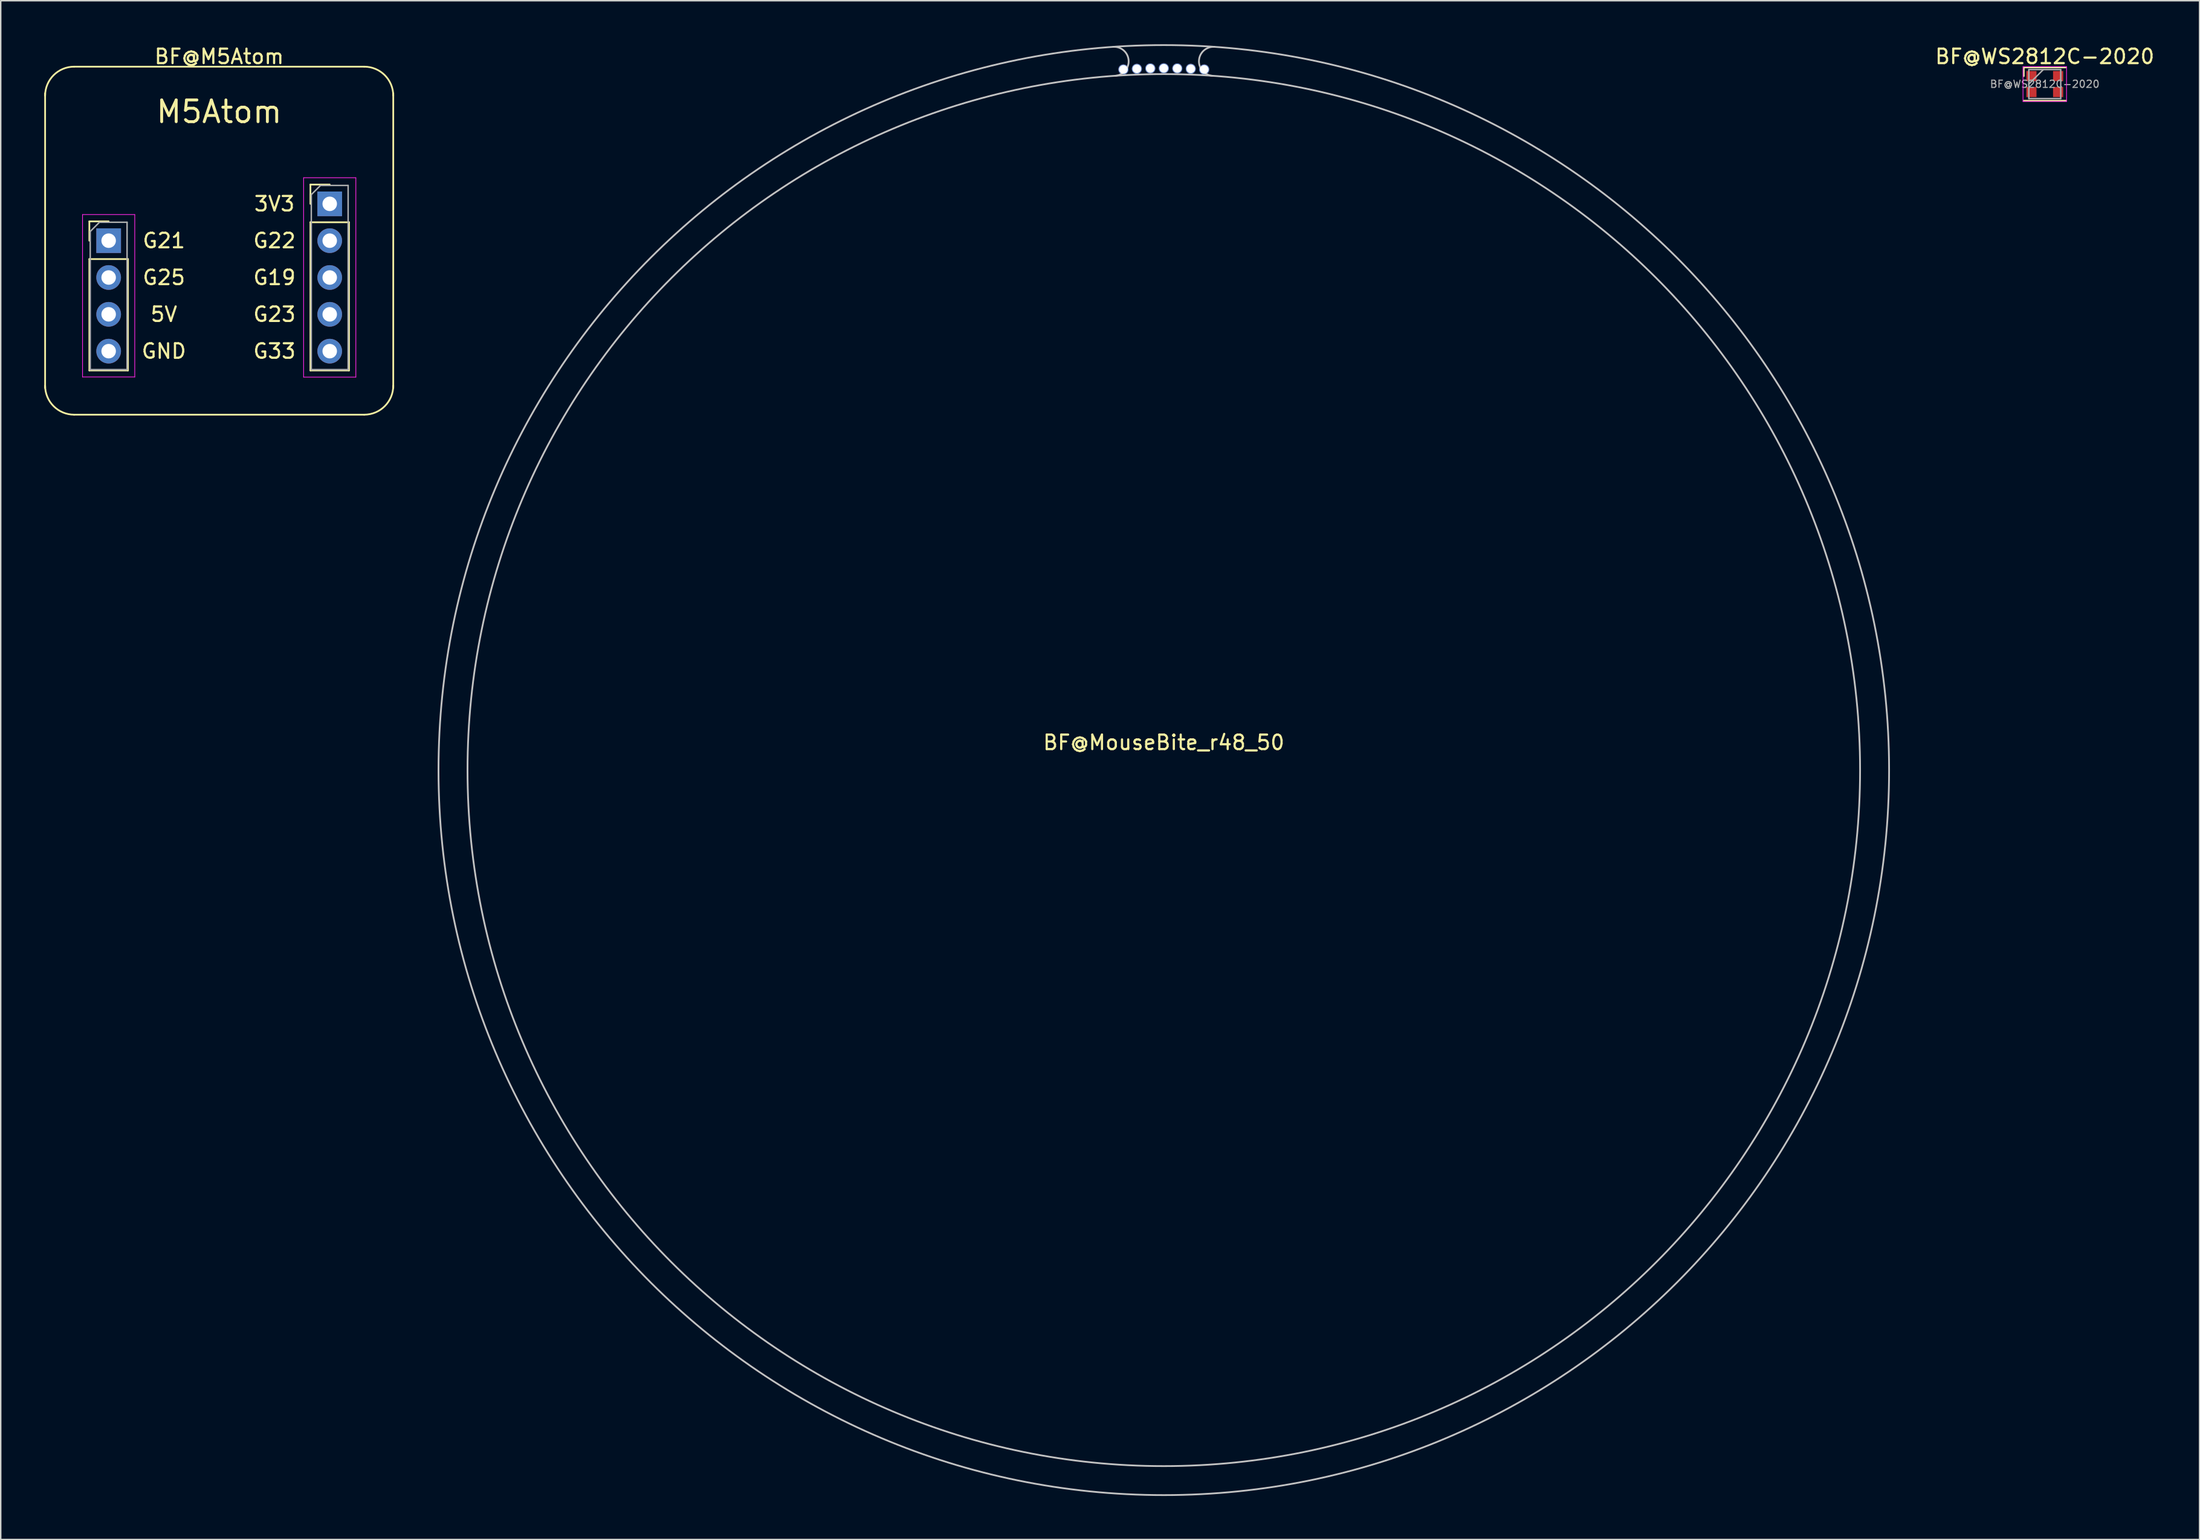
<source format=kicad_pcb>
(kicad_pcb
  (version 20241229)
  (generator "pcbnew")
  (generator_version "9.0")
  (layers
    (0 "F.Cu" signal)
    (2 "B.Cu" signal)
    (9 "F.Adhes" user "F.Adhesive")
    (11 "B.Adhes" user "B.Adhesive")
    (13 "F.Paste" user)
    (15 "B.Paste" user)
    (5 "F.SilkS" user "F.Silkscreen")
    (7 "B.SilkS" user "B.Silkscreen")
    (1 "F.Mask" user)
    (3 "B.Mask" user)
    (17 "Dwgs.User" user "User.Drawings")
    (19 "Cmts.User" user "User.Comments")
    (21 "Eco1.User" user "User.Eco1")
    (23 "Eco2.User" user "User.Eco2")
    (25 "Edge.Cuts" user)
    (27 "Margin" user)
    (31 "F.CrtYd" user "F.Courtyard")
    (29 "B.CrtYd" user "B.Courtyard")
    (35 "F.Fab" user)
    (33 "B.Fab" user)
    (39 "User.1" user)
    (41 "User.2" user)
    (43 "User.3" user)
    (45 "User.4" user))
  (footprint "BF@WS2812C-2020"
    (layer "F.Cu")
    (at 137.913 2.748)
    (property "Reference" "BF@WS2812C-2020" (at 0 -1.9 0) (layer "F.SilkS") (effects (font (size 1 1) (thickness 0.15))))
    (attr smd)
    (fp_line (start -1.45 -1.15) (end 1.45 -1.15) (stroke (width 0.12) (type solid)) (layer "F.SilkS"))
    (fp_line (start -1.45 -0.55) (end -1.45 -1.15) (stroke (width 0.12) (type solid)) (layer "F.SilkS"))
    (fp_line (start -1.45 1.15) (end 1.45 1.15) (stroke (width 0.12) (type solid)) (layer "F.SilkS"))
    (fp_line (start -1.5 -1.2) (end -1.5 1.2) (stroke (width 0.05) (type solid)) (layer "F.CrtYd"))
    (fp_line (start -1.5 1.2) (end 1.5 1.2) (stroke (width 0.05) (type solid)) (layer "F.CrtYd"))
    (fp_line (start 1.5 -1.2) (end -1.5 -1.2) (stroke (width 0.05) (type solid)) (layer "F.CrtYd"))
    (fp_line (start 1.5 1.2) (end 1.5 -1.2) (stroke (width 0.05) (type solid)) (layer "F.CrtYd"))
    (fp_line (start -1.1 -1) (end -1.1 1) (stroke (width 0.1) (type solid)) (layer "F.Fab"))
    (fp_line (start -1.1 1) (end 1.1 1) (stroke (width 0.1) (type solid)) (layer "F.Fab"))
    (fp_line (start -0.1 -1) (end -1.1 0) (stroke (width 0.1) (type solid)) (layer "F.Fab"))
    (fp_line (start 1.1 -1) (end -1.1 -1) (stroke (width 0.1) (type solid)) (layer "F.Fab"))
    (fp_line (start 1.1 1) (end 1.1 -1) (stroke (width 0.1) (type solid)) (layer "F.Fab"))
    (fp_text user "${REFERENCE}" (at 0 0 0) (layer "F.Fab") (effects (font (size 0.5 0.5) (thickness 0.075))))
    (pad "1" smd rect (at -0.92 -0.55 180) (size 0.7 0.7) (layers "F.Cu" "F.Mask" "F.Paste"))
    (pad "2" smd rect (at -0.92 0.55 180) (size 0.7 0.7) (layers "F.Cu" "F.Mask" "F.Paste"))
    (pad "3" smd rect (at 0.92 0.55 180) (size 0.7 0.7) (layers "F.Cu" "F.Mask" "F.Paste"))
    (pad "4" smd rect (at 0.92 -0.55 180) (size 0.7 0.7) (layers "F.Cu" "F.Mask" "F.Paste")))
  (footprint "BF@MouseBite_r48_50"
    (layer "F.Cu")
    (at 77.18 50.06)
    (property "Reference" "BF@MouseBite_r48_50" (at 0 -1.905 0) (layer "F.SilkS") (effects (font (size 1 1) (thickness 0.15))))
    (attr through_hole)
    (fp_arc (start -3.487823 -49.878202) (mid -2.420503 -48.950394) (end -3.348311 -47.883074) (stroke (width 0.12) (type solid)) (layer "Dwgs.User"))
    (fp_arc (start 3.34831 -47.883073) (mid 2.420502 -48.950395) (end 3.487824 -49.878203) (stroke (width 0.12) (type solid)) (layer "Dwgs.User"))
    (fp_circle (center 0 0) (end 48 0) (stroke (width 0.12) (type solid)) (fill no) (layer "Dwgs.User"))
    (fp_circle (center 0 0) (end 50 0) (stroke (width 0.12) (type solid)) (fill no) (layer "Dwgs.User"))
    (pad "" np_thru_hole circle (at -2.786 -48.32 3.3) (size 0.7 0.7) (drill 0.6) (layers "*.Cu" "*.Mask"))
    (pad "" np_thru_hole circle (at -1.858 -48.364 2.2) (size 0.7 0.7) (drill 0.6) (layers "*.Cu" "*.Mask"))
    (pad "" np_thru_hole circle (at -0.929 -48.391 1.1) (size 0.7 0.7) (drill 0.6) (layers "*.Cu" "*.Mask"))
    (pad "" np_thru_hole circle (at 0 -48.4) (size 0.7 0.7) (drill 0.6) (layers "*.Cu" "*.Mask"))
    (pad "" np_thru_hole circle (at 0.929 -48.391 358.9) (size 0.7 0.7) (drill 0.6) (layers "*.Cu" "*.Mask"))
    (pad "" np_thru_hole circle (at 1.858 -48.364 357.8) (size 0.7 0.7) (drill 0.6) (layers "*.Cu" "*.Mask"))
    (pad "" np_thru_hole circle (at 2.786 -48.32 356.7) (size 0.7 0.7) (drill 0.6) (layers "*.Cu" "*.Mask")))
  (footprint "BF@M5Atom"
    (layer "F.Cu")
    (at 12.06 13.548)
    (property "Reference" "BF@M5Atom" (at 0 -12.7 0) (layer "F.SilkS") (effects (font (size 1 1) (thickness 0.15))))
    (attr through_hole)
    (fp_line (start -12 10.16) (end -12 -10.16) (stroke (width 0.12) (type solid)) (layer "F.SilkS"))
    (fp_line (start -10 -12) (end 10 -12) (stroke (width 0.12) (type solid)) (layer "F.SilkS"))
    (fp_line (start -8.95 -1.33) (end -7.62 -1.33) (stroke (width 0.12) (type solid)) (layer "F.SilkS"))
    (fp_line (start -8.95 0) (end -8.95 -1.33) (stroke (width 0.12) (type solid)) (layer "F.SilkS"))
    (fp_line (start -8.95 1.27) (end -8.95 8.95) (stroke (width 0.12) (type solid)) (layer "F.SilkS"))
    (fp_line (start -8.95 1.27) (end -6.29 1.27) (stroke (width 0.12) (type solid)) (layer "F.SilkS"))
    (fp_line (start -8.95 8.95) (end -6.29 8.95) (stroke (width 0.12) (type solid)) (layer "F.SilkS"))
    (fp_line (start -6.29 1.27) (end -6.29 8.95) (stroke (width 0.12) (type solid)) (layer "F.SilkS"))
    (fp_line (start 6.29 -3.87) (end 7.62 -3.87) (stroke (width 0.12) (type solid)) (layer "F.SilkS"))
    (fp_line (start 6.29 -2.54) (end 6.29 -3.87) (stroke (width 0.12) (type solid)) (layer "F.SilkS"))
    (fp_line (start 6.29 -1.27) (end 6.29 8.95) (stroke (width 0.12) (type solid)) (layer "F.SilkS"))
    (fp_line (start 6.29 -1.27) (end 8.95 -1.27) (stroke (width 0.12) (type solid)) (layer "F.SilkS"))
    (fp_line (start 6.29 8.95) (end 8.95 8.95) (stroke (width 0.12) (type solid)) (layer "F.SilkS"))
    (fp_line (start 8.95 -1.27) (end 8.95 8.95) (stroke (width 0.12) (type solid)) (layer "F.SilkS"))
    (fp_line (start 10 12) (end -10 12) (stroke (width 0.12) (type solid)) (layer "F.SilkS"))
    (fp_line (start 12 -10.16) (end 12 10.16) (stroke (width 0.12) (type solid)) (layer "F.SilkS"))
    (fp_arc (start -12 -10) (mid -11.414214 -11.414214) (end -10 -12) (stroke (width 0.12) (type solid)) (layer "F.SilkS"))
    (fp_arc (start -10 12) (mid -11.414214 11.414214) (end -12 10) (stroke (width 0.12) (type solid)) (layer "F.SilkS"))
    (fp_arc (start 10 -12) (mid 11.414214 -11.414214) (end 12 -10) (stroke (width 0.12) (type solid)) (layer "F.SilkS"))
    (fp_arc (start 12 10) (mid 11.414214 11.414214) (end 10 12) (stroke (width 0.12) (type solid)) (layer "F.SilkS"))
    (fp_line (start -9.42 -1.8) (end -9.42 9.4) (stroke (width 0.05) (type solid)) (layer "F.CrtYd"))
    (fp_line (start -9.42 9.4) (end -5.82 9.4) (stroke (width 0.05) (type solid)) (layer "F.CrtYd"))
    (fp_line (start -5.82 -1.8) (end -9.42 -1.8) (stroke (width 0.05) (type solid)) (layer "F.CrtYd"))
    (fp_line (start -5.82 9.4) (end -5.82 -1.8) (stroke (width 0.05) (type solid)) (layer "F.CrtYd"))
    (fp_line (start 5.82 -4.34) (end 5.82 9.41) (stroke (width 0.05) (type solid)) (layer "F.CrtYd"))
    (fp_line (start 5.82 9.41) (end 9.42 9.41) (stroke (width 0.05) (type solid)) (layer "F.CrtYd"))
    (fp_line (start 9.42 -4.34) (end 5.82 -4.34) (stroke (width 0.05) (type solid)) (layer "F.CrtYd"))
    (fp_line (start 9.42 9.41) (end 9.42 -4.34) (stroke (width 0.05) (type solid)) (layer "F.CrtYd"))
    (fp_line (start -8.89 -0.635) (end -8.255 -1.27) (stroke (width 0.1) (type solid)) (layer "F.Fab"))
    (fp_line (start -8.89 8.89) (end -8.89 -0.635) (stroke (width 0.1) (type solid)) (layer "F.Fab"))
    (fp_line (start -8.255 -1.27) (end -6.35 -1.27) (stroke (width 0.1) (type solid)) (layer "F.Fab"))
    (fp_line (start -6.35 -1.27) (end -6.35 8.89) (stroke (width 0.1) (type solid)) (layer "F.Fab"))
    (fp_line (start -6.35 8.89) (end -8.89 8.89) (stroke (width 0.1) (type solid)) (layer "F.Fab"))
    (fp_line (start 6.35 -3.175) (end 6.985 -3.81) (stroke (width 0.1) (type solid)) (layer "F.Fab"))
    (fp_line (start 6.35 8.89) (end 6.35 -3.175) (stroke (width 0.1) (type solid)) (layer "F.Fab"))
    (fp_line (start 6.985 -3.81) (end 8.89 -3.81) (stroke (width 0.1) (type solid)) (layer "F.Fab"))
    (fp_line (start 8.89 -3.81) (end 8.89 8.89) (stroke (width 0.1) (type solid)) (layer "F.Fab"))
    (fp_line (start 8.89 8.89) (end 6.35 8.89) (stroke (width 0.1) (type solid)) (layer "F.Fab"))
    (fp_text user "G22" (at 3.81 0 0) (layer "F.SilkS") (effects (font (size 1 1) (thickness 0.15))))
    (fp_text user "G25" (at -3.81 2.54 0) (layer "F.SilkS") (effects (font (size 1 1) (thickness 0.15))))
    (fp_text user "G21" (at -3.81 0 0) (layer "F.SilkS") (effects (font (size 1 1) (thickness 0.15))))
    (fp_text user "GND" (at -3.81 7.62 0) (layer "F.SilkS") (effects (font (size 1 1) (thickness 0.15))))
    (fp_text user "5V" (at -3.81 5.08 0) (layer "F.SilkS") (effects (font (size 1 1) (thickness 0.15))))
    (fp_text user "G19" (at 3.81 2.54 0) (layer "F.SilkS") (effects (font (size 1 1) (thickness 0.15))))
    (fp_text user "G33" (at 3.81 7.62 0) (layer "F.SilkS") (effects (font (size 1 1) (thickness 0.15))))
    (fp_text user "M5Atom" (at 0 -8.89 0) (layer "F.SilkS") (effects (font (size 1.5 1.5) (thickness 0.2))))
    (fp_text user "3V3" (at 3.81 -2.54 0) (layer "F.SilkS") (effects (font (size 1 1) (thickness 0.15))))
    (fp_text user "G23" (at 3.81 5.08 0) (layer "F.SilkS") (effects (font (size 1 1) (thickness 0.15))))
    (pad "1" thru_hole rect (at -7.62 0) (size 1.7 1.7) (drill 1) (layers "*.Cu" "*.Mask"))
    (pad "2" thru_hole oval (at -7.62 2.54) (size 1.7 1.7) (drill 1) (layers "*.Cu" "*.Mask"))
    (pad "3" thru_hole oval (at -7.62 5.08) (size 1.7 1.7) (drill 1) (layers "*.Cu" "*.Mask"))
    (pad "4" thru_hole oval (at -7.62 7.62) (size 1.7 1.7) (drill 1) (layers "*.Cu" "*.Mask"))
    (pad "5" thru_hole oval (at 7.62 7.62) (size 1.7 1.7) (drill 1) (layers "*.Cu" "*.Mask"))
    (pad "6" thru_hole oval (at 7.62 5.08) (size 1.7 1.7) (drill 1) (layers "*.Cu" "*.Mask"))
    (pad "7" thru_hole oval (at 7.62 2.54) (size 1.7 1.7) (drill 1) (layers "*.Cu" "*.Mask"))
    (pad "8" thru_hole oval (at 7.62 0) (size 1.7 1.7) (drill 1) (layers "*.Cu" "*.Mask"))
    (pad "9" thru_hole rect (at 7.62 -2.54) (size 1.7 1.7) (drill 1) (layers "*.Cu" "*.Mask")))
  (gr_rect
    (start -3 -3)
    (end 148.585 103.12)
    (stroke (width 0.1) (type default))
    (fill no)
    (layer "Edge.Cuts")))
</source>
